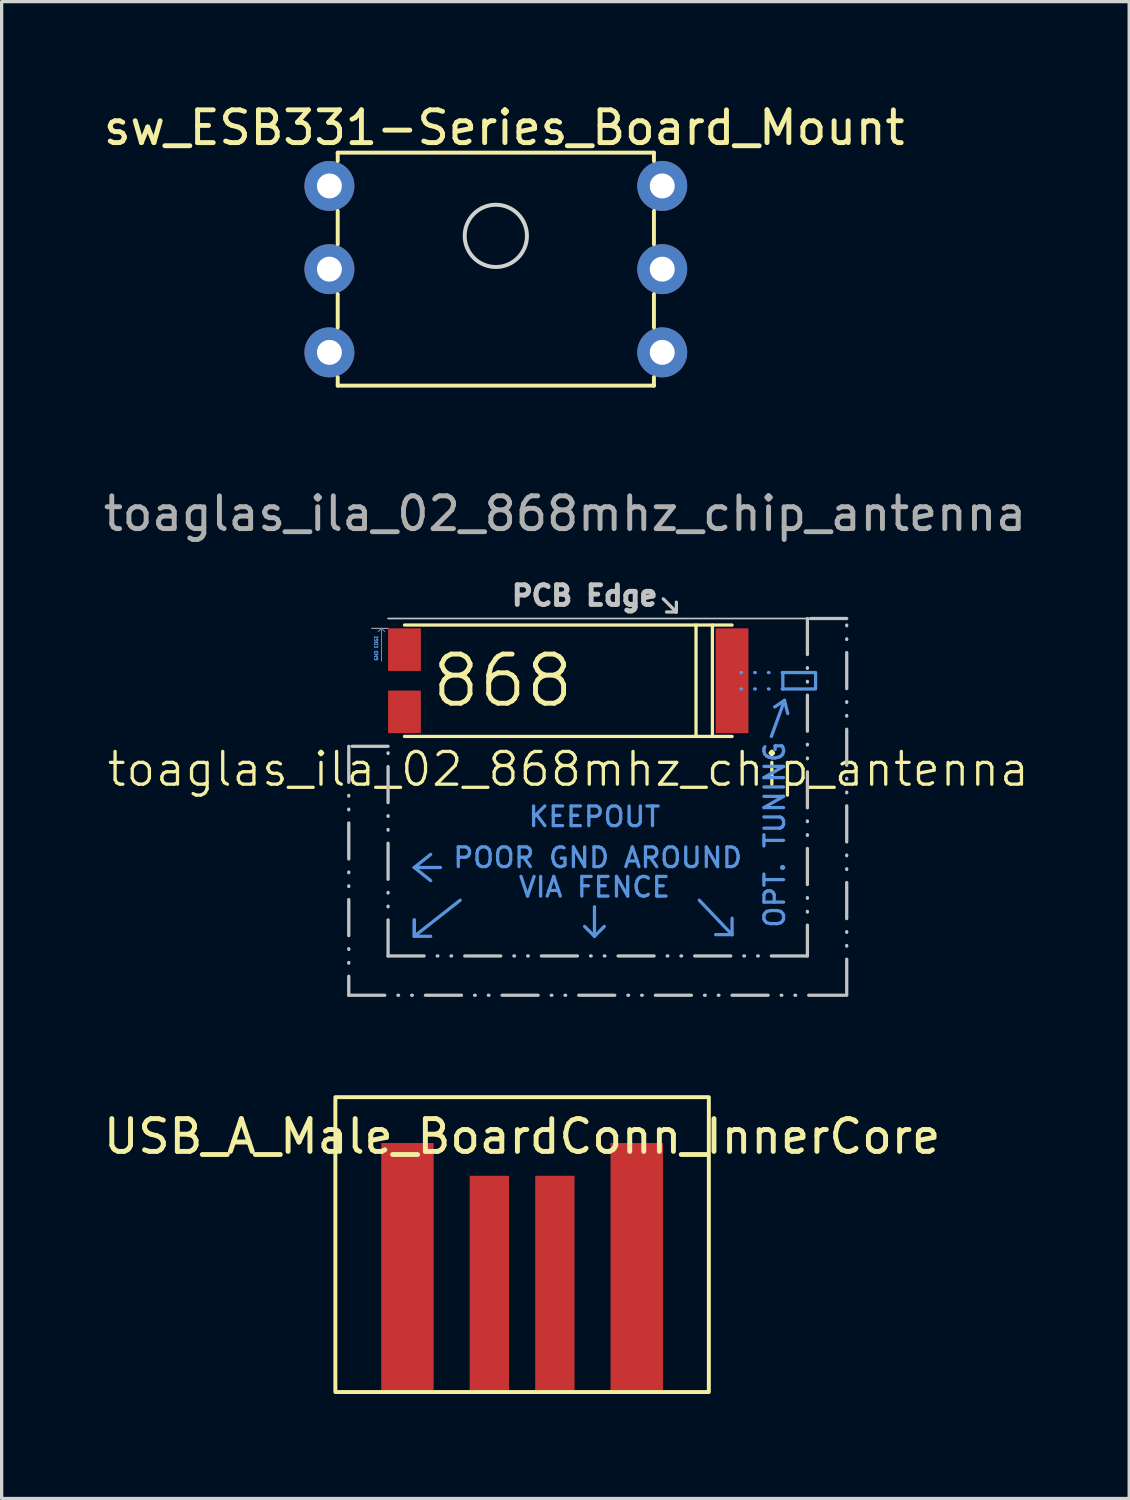
<source format=kicad_pcb>
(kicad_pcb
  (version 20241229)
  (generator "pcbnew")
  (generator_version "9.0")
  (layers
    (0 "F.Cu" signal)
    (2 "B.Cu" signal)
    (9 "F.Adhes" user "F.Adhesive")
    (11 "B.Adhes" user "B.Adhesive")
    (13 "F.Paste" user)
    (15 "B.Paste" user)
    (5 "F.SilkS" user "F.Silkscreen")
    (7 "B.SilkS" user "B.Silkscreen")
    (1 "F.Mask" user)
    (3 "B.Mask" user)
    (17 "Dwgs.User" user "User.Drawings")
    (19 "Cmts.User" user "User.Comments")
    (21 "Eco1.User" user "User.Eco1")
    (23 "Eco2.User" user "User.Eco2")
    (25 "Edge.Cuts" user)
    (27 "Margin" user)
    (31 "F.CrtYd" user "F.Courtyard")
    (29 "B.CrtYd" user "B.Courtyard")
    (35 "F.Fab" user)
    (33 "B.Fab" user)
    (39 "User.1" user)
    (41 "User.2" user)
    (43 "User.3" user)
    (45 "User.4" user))
  (footprint "toaglas_ila_02_868mhz_chip_antenna"
    (layer "F.Cu")
    (at 14.296 17.73)
    (property "Reference" "toaglas_ila_02_868mhz_chip_antenna" (at 0 2.7 0) (unlocked yes) (layer "F.SilkS") (effects (font (size 1 1) (thickness 0.1))))
    (attr smd)
    (fp_line (start -5 -1.7) (end 5 -1.7) (stroke (width 0.1) (type default)) (layer "F.SilkS"))
    (fp_line (start -5 1.7) (end 5 1.7) (stroke (width 0.1) (type default)) (layer "F.SilkS"))
    (fp_line (start 3.9 1.7) (end 3.9 -1.7) (stroke (width 0.1) (type default)) (layer "F.SilkS"))
    (fp_line (start 4.4 -1.7) (end 4.4 1.7) (stroke (width 0.1) (type default)) (layer "F.SilkS"))
    (fp_line (start -5.5 -1.9) (end 8.5 -1.9) (stroke (width 0.05) (type default)) (layer "Dwgs.User"))
    (fp_line (start -5.5 -1.6) (end -6 -1.6) (stroke (width 0.03) (type default)) (layer "Dwgs.User"))
    (fp_line (start 2.9 -2.5) (end 3.3 -2.1) (stroke (width 0.1) (type default)) (layer "Dwgs.User"))
    (fp_line (start 3.3 -2.1) (end 3 -2.1) (stroke (width 0.1) (type default)) (layer "Dwgs.User"))
    (fp_line (start 3.3 -2.1) (end 3.3 -2.4) (stroke (width 0.1) (type default)) (layer "Dwgs.User"))
    (fp_poly (pts (xy 7.3 -1.9) (xy 7.3 8.4) (xy -5.5 8.4) (xy -5.5 2) (xy -6.7 2) (xy -6.7 9.6) (xy 8.5 9.6) (xy 8.5 -1.9)) (stroke (width 0.1) (type dash_dot_dot)) (fill no) (layer "Dwgs.User"))
    (fp_line (start -5.7 -1.6) (end -5.8 -1.5) (stroke (width 0.03) (type default)) (layer "Cmts.User"))
    (fp_line (start -5.7 -1.6) (end -5.7 -0.6) (stroke (width 0.03) (type default)) (layer "Cmts.User"))
    (fp_line (start -5.6 -1.5) (end -5.7 -1.6) (stroke (width 0.03) (type default)) (layer "Cmts.User"))
    (fp_line (start -4.7 5.7) (end -4.2 5.3) (stroke (width 0.1) (type default)) (layer "Cmts.User"))
    (fp_line (start -4.7 5.7) (end -4.2 6.1) (stroke (width 0.1) (type default)) (layer "Cmts.User"))
    (fp_line (start -4.7 5.7) (end -3.9 5.7) (stroke (width 0.1) (type default)) (layer "Cmts.User"))
    (fp_line (start -4.7 7.3) (end -4.7 7.8) (stroke (width 0.1) (type default)) (layer "Cmts.User"))
    (fp_line (start -4.7 7.8) (end -4.7 7.3) (stroke (width 0.1) (type default)) (layer "Cmts.User"))
    (fp_line (start -4.2 7.8) (end -4.7 7.8) (stroke (width 0.1) (type default)) (layer "Cmts.User"))
    (fp_line (start -3.3 6.7) (end -4.7 7.8) (stroke (width 0.1) (type default)) (layer "Cmts.User"))
    (fp_line (start 0.8 6.9) (end 0.8 7.8) (stroke (width 0.1) (type default)) (layer "Cmts.User"))
    (fp_line (start 0.8 7.8) (end 0.5 7.5) (stroke (width 0.1) (type default)) (layer "Cmts.User"))
    (fp_line (start 0.8 7.8) (end 1.1 7.5) (stroke (width 0.1) (type default)) (layer "Cmts.User"))
    (fp_line (start 4 6.7) (end 5 7.75) (stroke (width 0.1) (type default)) (layer "Cmts.User"))
    (fp_line (start 5 7.75) (end 4.5 7.75) (stroke (width 0.1) (type default)) (layer "Cmts.User"))
    (fp_line (start 5 7.75) (end 5 7.25) (stroke (width 0.1) (type default)) (layer "Cmts.User"))
    (fp_line (start 6.2 1.7) (end 6.6 0.6) (stroke (width 0.1) (type default)) (layer "Cmts.User"))
    (fp_line (start 6.55 -0.25) (end 5 -0.25) (stroke (width 0.1) (type dot)) (layer "Cmts.User"))
    (fp_line (start 6.55 0.25) (end 5 0.25) (stroke (width 0.1) (type dot)) (layer "Cmts.User"))
    (fp_line (start 6.6 0.6) (end 6.3 0.8) (stroke (width 0.1) (type default)) (layer "Cmts.User"))
    (fp_line (start 6.6 0.6) (end 6.7 1) (stroke (width 0.1) (type default)) (layer "Cmts.User"))
    (fp_rect (start 6.55 -0.25) (end 7.55 0.25) (stroke (width 0.1) (type default)) (fill no) (layer "Cmts.User"))
    (fp_line (start -4.5 -1.6) (end -4.5 1.6) (stroke (width 0.1) (type default)) (layer "User.2"))
    (fp_line (start 4.5 -1.6) (end 4.5 1.6) (stroke (width 0.1) (type default)) (layer "User.2"))
    (fp_rect (start -5 -1.6) (end 5 1.6) (stroke (width 0.1) (type default)) (fill no) (layer "User.2"))
    (fp_text user "868" (at -2 0 0) (unlocked yes) (layer "F.SilkS") (effects (font (size 1.5 1.5) (thickness 0.15))))
    (fp_text user "PCB Edge" (at 0.5 -2.6 0) (unlocked yes) (layer "Dwgs.User") (effects (font (size 0.6 0.6) (thickness 0.15))))
    (fp_text user "OPT. TUNING" (at 6.3 4.7 90) (unlocked yes) (layer "Cmts.User") (effects (font (size 0.6 0.6) (thickness 0.1))))
    (fp_text user "KEEPOUT" (at 0.8 4.15 0) (unlocked yes) (layer "Cmts.User") (effects (font (size 0.6 0.6) (thickness 0.1))))
    (fp_text user "VIA FENCE" (at 0.8 6.3 0) (unlocked yes) (layer "Cmts.User") (effects (font (size 0.6 0.6) (thickness 0.1))))
    (fp_text user "GND EDGE" (at -5.8 -0.6 90) (unlocked yes) (layer "Cmts.User") (effects (font (size 0.1 0.1) (thickness 0.025)) (justify left bottom)))
    (fp_text user "POOR GND AROUND" (at 0.9 5.4 0) (unlocked yes) (layer "Cmts.User") (effects (font (size 0.6 0.6) (thickness 0.1))))
    (fp_text user "${REFERENCE}" (at -0.1 -5.1 0) (unlocked yes) (layer "F.Fab") (effects (font (size 1 1) (thickness 0.15))))
    (pad "1" smd rect (at -5 0.95) (size 1 1.3) (layers "F.Cu" "F.Mask" "F.Paste"))
    (pad "2" smd rect (at -5 -0.95) (size 1 1.3) (layers "F.Cu" "F.Mask" "F.Paste"))
    (pad "3" smd rect (at 5 0) (size 1 3.2) (layers "F.Cu" "F.Mask" "F.Paste"))
    (zone (net_name "") (layers "F.Cu" "B.Cu" "User.4") (name "Antenna Keepout") (hatch edge 0.5) (connect_pads) (min_thickness 0.25) (filled_areas_thickness no) (keepout (tracks not_allowed) (vias not_allowed) (pads allowed) (copperpour not_allowed) (footprints allowed)) (placement (enabled no)) (fill) (polygon (pts (xy 8.796 15.831) (xy 21.596 15.831) (xy 21.596 26.131) (xy 8.796 26.131)))))
  (footprint "USB_A_Male_BoardConn_InnerCore"
    (layer "F.Cu")
    (at 12.887 39.441)
    (property "Reference" "USB_A_Male_BoardConn_InnerCore" (at 0 -7.8 0) (unlocked yes) (layer "F.SilkS") (effects (font (size 1 1) (thickness 0.15))))
    (attr exclude_from_pos_files exclude_from_bom)
    (fp_rect (start -5.7 -9) (end 5.7 0) (stroke (width 0.12) (type solid)) (fill no) (layer "F.SilkS"))
    (fp_line (start -5.7 -9) (end -5.7 0) (stroke (width 0.12) (type solid)) (layer "Eco1.User"))
    (fp_line (start -5.7 0) (end 5.7 0) (stroke (width 0.12) (type solid)) (layer "Eco1.User"))
    (fp_line (start 0 -9) (end -5.7 -9) (stroke (width 0.12) (type solid)) (layer "Eco1.User"))
    (fp_line (start 0 0) (end 0 -9) (stroke (width 0.12) (type solid)) (layer "Eco1.User"))
    (fp_line (start 5.7 -9) (end 0 -9) (stroke (width 0.12) (type solid)) (layer "Eco1.User"))
    (fp_line (start 5.7 0) (end 5.7 -9) (stroke (width 0.12) (type solid)) (layer "Eco1.User"))
    (pad "1" connect rect (at -3.5 -3.8) (size 1.6 7.6) (layers "F.Cu" "F.Mask"))
    (pad "2" connect rect (at -1 -3.3) (size 1.2 6.6) (layers "F.Cu" "F.Mask"))
    (pad "3" connect rect (at 1 -3.3) (size 1.2 6.6) (layers "F.Cu" "F.Mask"))
    (pad "4" connect rect (at 3.5 -3.8) (size 1.6 7.6) (layers "F.Cu" "F.Mask")))
  (footprint "sw_ESB331-Series_Board_Mount"
    (layer "F.Cu")
    (at 12.085 5.166)
    (property "Reference" "sw_ESB331-Series_Board_Mount" (at 0.254 -4.318 0) (layer "F.SilkS") (effects (font (size 1 1) (thickness 0.15))))
    (attr through_hole)
    (fp_line (start -4.826 -3.556) (end -4.826 -3.302) (stroke (width 0.12) (type solid)) (layer "F.SilkS"))
    (fp_line (start -4.826 -1.778) (end -4.826 -0.762) (stroke (width 0.12) (type solid)) (layer "F.SilkS"))
    (fp_line (start -4.826 0.762) (end -4.826 1.778) (stroke (width 0.12) (type solid)) (layer "F.SilkS"))
    (fp_line (start -4.826 3.302) (end -4.826 3.556) (stroke (width 0.12) (type solid)) (layer "F.SilkS"))
    (fp_line (start -4.826 3.556) (end 4.826 3.556) (stroke (width 0.12) (type solid)) (layer "F.SilkS"))
    (fp_line (start 4.826 -3.556) (end -4.826 -3.556) (stroke (width 0.12) (type solid)) (layer "F.SilkS"))
    (fp_line (start 4.826 -3.302) (end 4.826 -3.556) (stroke (width 0.12) (type solid)) (layer "F.SilkS"))
    (fp_line (start 4.826 -0.762) (end 4.826 -1.778) (stroke (width 0.12) (type solid)) (layer "F.SilkS"))
    (fp_line (start 4.826 1.778) (end 4.826 0.762) (stroke (width 0.12) (type solid)) (layer "F.SilkS"))
    (fp_line (start 4.826 3.556) (end 4.826 3.302) (stroke (width 0.12) (type solid)) (layer "F.SilkS"))
    (fp_circle (center 0 -1.016) (end 0.95 -1.016) (stroke (width 0.12) (type solid)) (fill no) (layer "Edge.Cuts"))
    (pad "1" thru_hole circle (at -5.08 -2.54) (size 1.524 1.524) (drill 0.762) (layers "*.Cu" "*.Mask"))
    (pad "2" thru_hole circle (at -5.08 0) (size 1.524 1.524) (drill 0.762) (layers "*.Cu" "*.Mask"))
    (pad "3" thru_hole circle (at -5.08 2.54) (size 1.524 1.524) (drill 0.762) (layers "*.Cu" "*.Mask"))
    (pad "4" thru_hole circle (at 5.08 -2.54) (size 1.524 1.524) (drill 0.762) (layers "*.Cu" "*.Mask"))
    (pad "5" thru_hole circle (at 5.08 0) (size 1.524 1.524) (drill 0.762) (layers "*.Cu" "*.Mask"))
    (pad "6" thru_hole circle (at 5.08 2.54) (size 1.524 1.524) (drill 0.762) (layers "*.Cu" "*.Mask")))
  (gr_rect
    (start -3 -3)
    (end 31.418 42.691)
    (stroke (width 0.1) (type default))
    (fill no)
    (layer "Edge.Cuts")))
</source>
